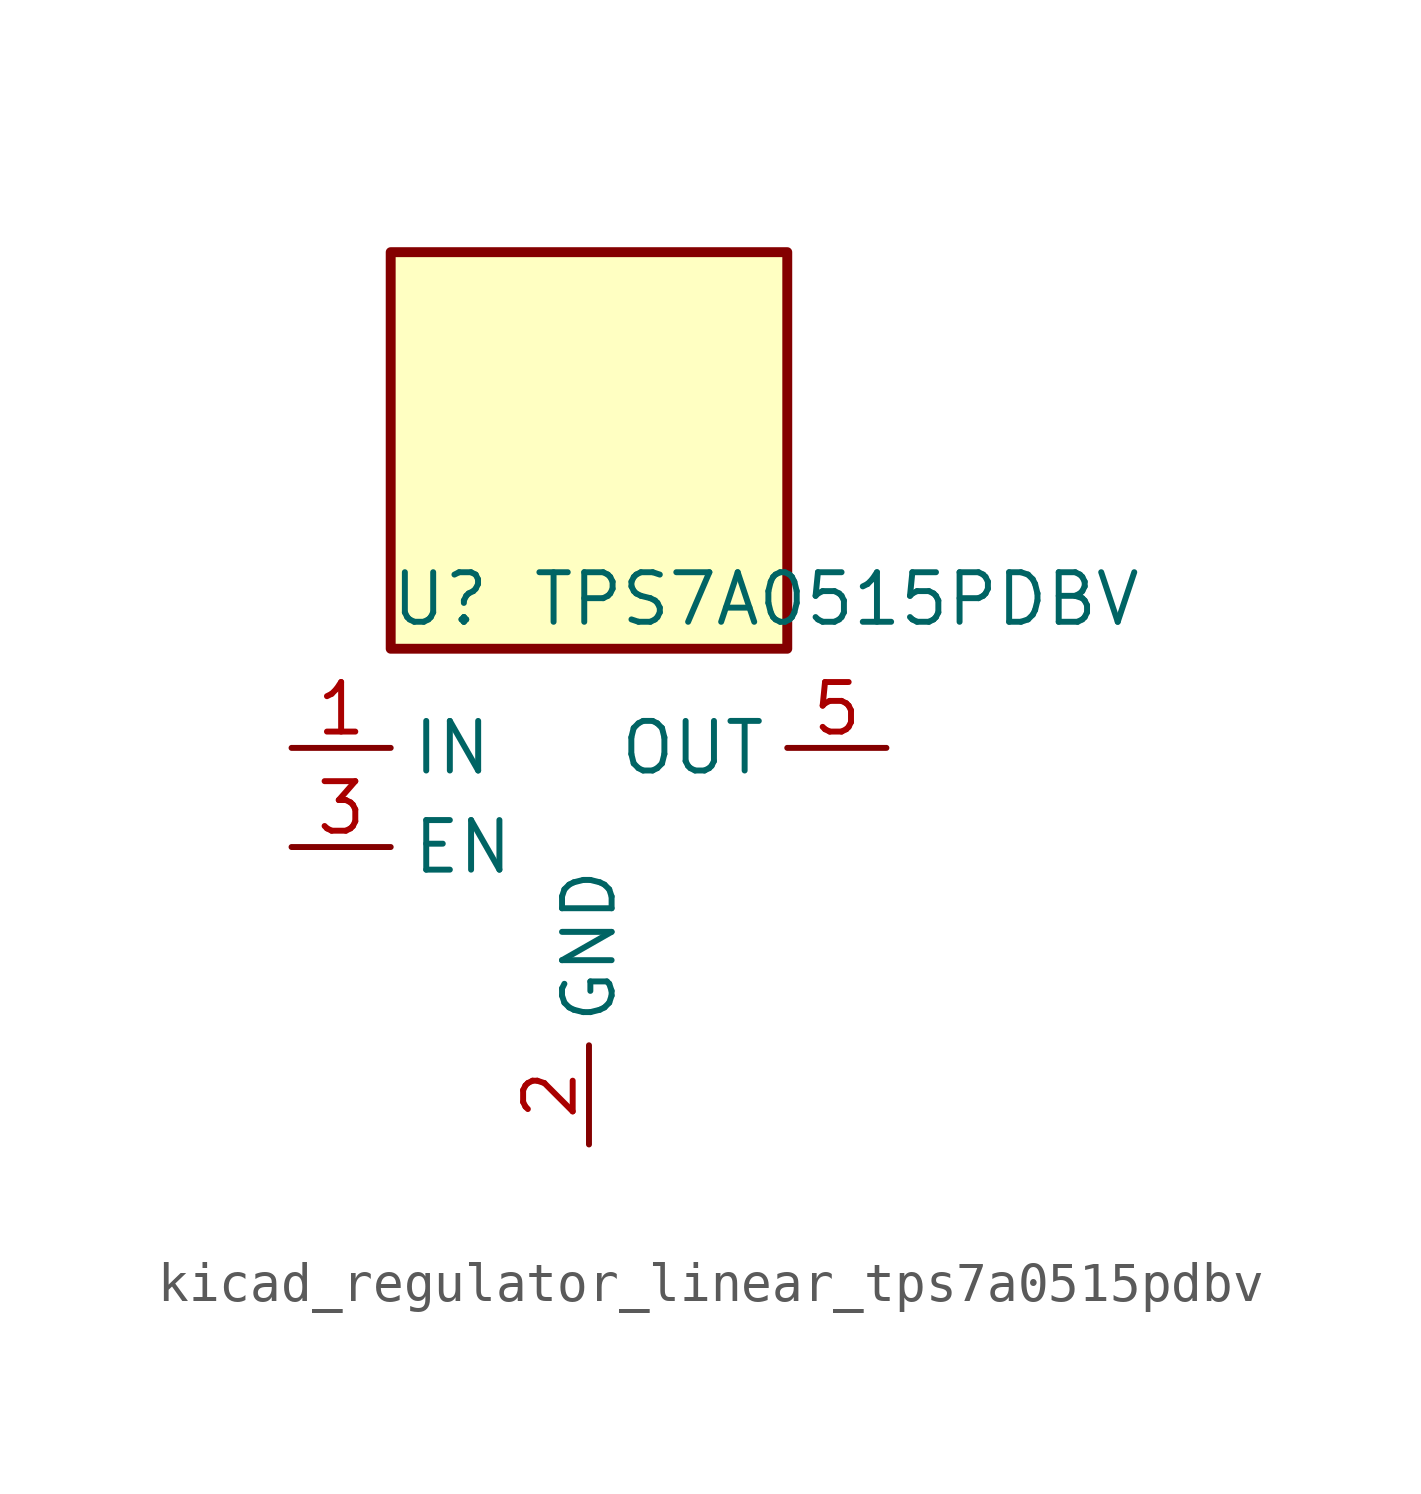
<source format=kicad_sym>
(kicad_symbol_lib
  (version 20220914)
  (generator kicad_symbol_editor)
  (symbol "kicad_regulator_linear_tps7a0515pdbv"
    (property "Reference" "U"
      (at -3.81 6.35 0)
      (effects (font (size 1.27 1.27))))
    (property "Value" "TPS7A0515PDBV"
      (at 6.35 6.35 0)
      (effects (font (size 1.27 1.27))))
    (symbol "kicad_regulator_linear_tps7a0515pdbv_0_1"
      (rectangle (start 5.08 15.24) (end -5.08 5.08) (stroke (width 0.254) (type default)) (fill (type background)))
      (pin power_in line (at -7.62 2.54 0) (length 2.54) (name "IN" (effects (font (size 1.27 1.27)))) (number "1" (effects (font (size 1.27 1.27)))))
      (pin power_in line (at 0 -7.62 90) (length 2.54) (name "GND" (effects (font (size 1.27 1.27)))) (number "2" (effects (font (size 1.27 1.27)))))
      (pin input line (at -7.62 0 0) (length 2.54) (name "EN" (effects (font (size 1.27 1.27)))) (number "3" (effects (font (size 1.27 1.27)))))
      (pin no_connect line (at 5.08 0 180) (length 2.54) hide (name "NC" (effects (font (size 1.27 1.27)))) (number "4" (effects (font (size 1.27 1.27)))))
      (pin power_out line (at 7.62 2.54 180) (length 2.54) (name "OUT" (effects (font (size 1.27 1.27)))) (number "5" (effects (font (size 1.27 1.27))))))))
</source>
